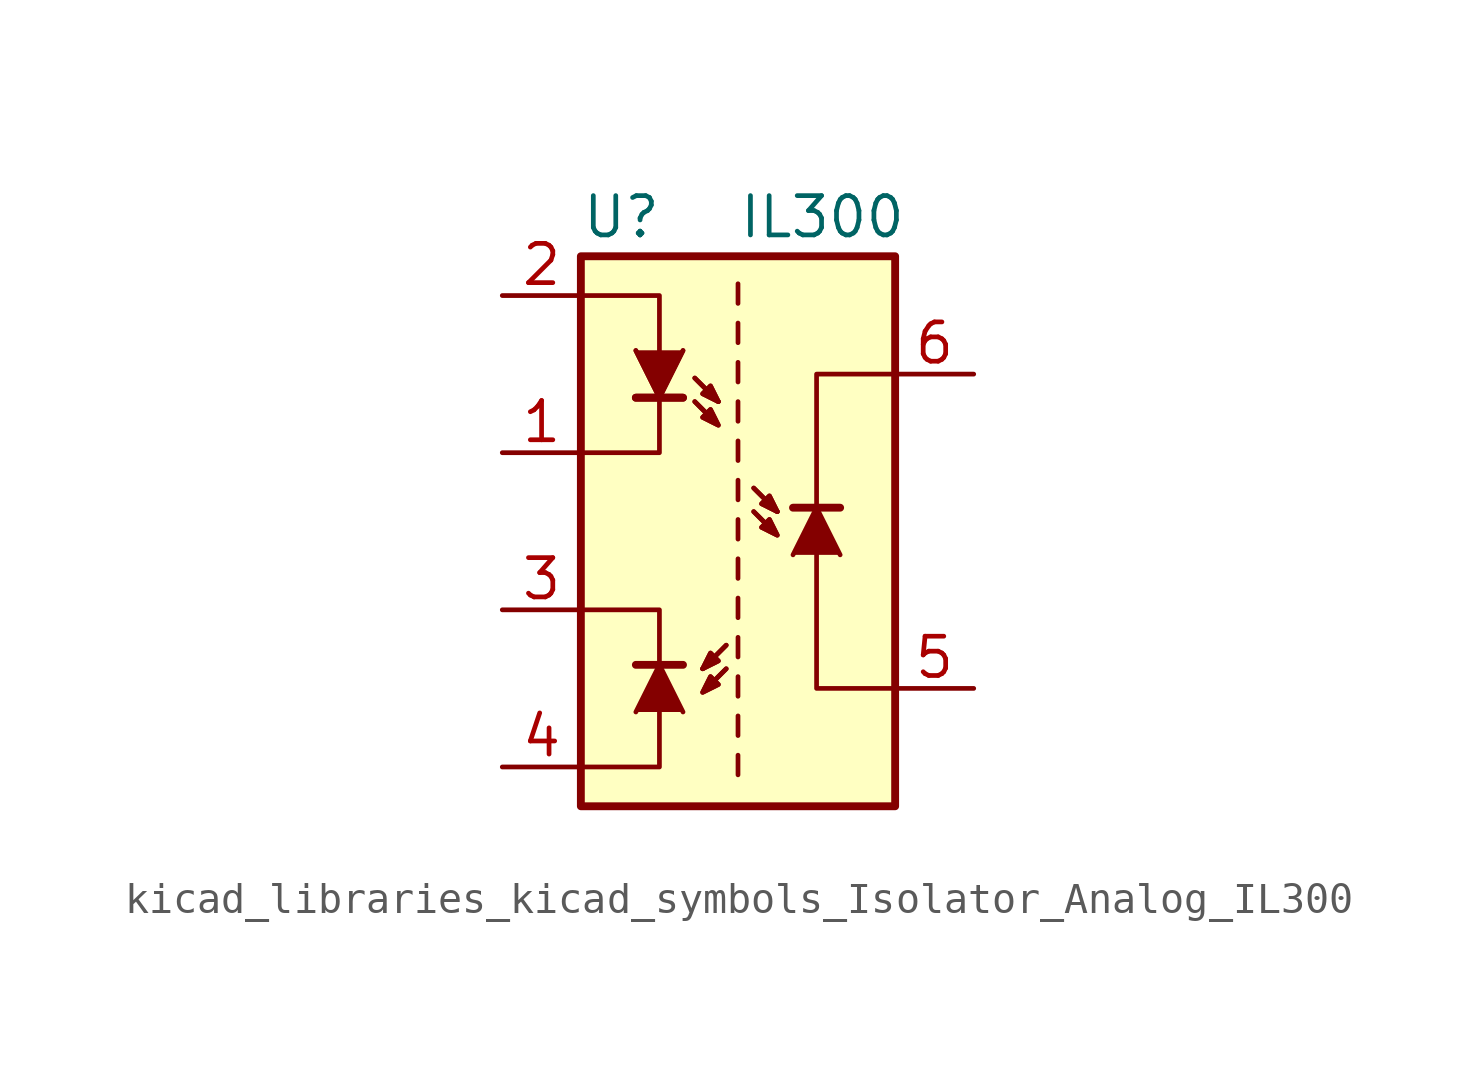
<source format=kicad_sym>
(kicad_symbol_lib
  (version 20220914)
  (generator kicad_symbol_editor)
  (symbol "kicad_libraries_kicad_symbols_Isolator_Analog_IL300"
    (pin_names
      (offset 1.016))
    (property "Reference" "U"
      (at -5.08 10.16 0)
      (effects (font (size 1.27 1.27)) (justify left)))
    (property "Value" "IL300"
      (at 0 10.16 0)
      (effects (font (size 1.27 1.27)) (justify left)))
    (symbol "kicad_libraries_kicad_symbols_Isolator_Analog_IL300_0_1"
      (rectangle (start -5.08 8.89) (end 5.08 -8.89) (stroke (width 0.254) (type default)) (fill (type background)))
      (polyline (pts (xy -3.302 -4.318) (xy -1.778 -4.318)) (stroke (width 0.254) (type default)) (fill (type none)))
      (polyline (pts (xy -1.778 4.318) (xy -3.302 4.318)) (stroke (width 0.254) (type default)) (fill (type none)))
      (polyline (pts (xy -1.778 4.318) (xy -3.302 4.318)) (stroke (width 0.254) (type default)) (fill (type none)))
      (polyline (pts (xy 0 -7.239) (xy 0 -7.874)) (stroke (width 0) (type default)) (fill (type none)))
      (polyline (pts (xy 0 -5.969) (xy 0 -6.604)) (stroke (width 0) (type default)) (fill (type none)))
      (polyline (pts (xy 0 -4.699) (xy 0 -5.334)) (stroke (width 0) (type default)) (fill (type none)))
      (polyline (pts (xy 0 -3.429) (xy 0 -4.064)) (stroke (width 0) (type default)) (fill (type none)))
      (polyline (pts (xy 0 -2.159) (xy 0 -2.794)) (stroke (width 0) (type default)) (fill (type none)))
      (polyline (pts (xy 0 -0.889) (xy 0 -1.524)) (stroke (width 0) (type default)) (fill (type none)))
      (polyline (pts (xy 0 0.381) (xy 0 -0.254)) (stroke (width 0) (type default)) (fill (type none)))
      (polyline (pts (xy 0 1.651) (xy 0 1.016)) (stroke (width 0) (type default)) (fill (type none)))
      (polyline (pts (xy 0 2.921) (xy 0 2.286)) (stroke (width 0) (type default)) (fill (type none)))
      (polyline (pts (xy 0 4.191) (xy 0 3.556)) (stroke (width 0) (type default)) (fill (type none)))
      (polyline (pts (xy 0 5.461) (xy 0 4.826)) (stroke (width 0) (type default)) (fill (type none)))
      (polyline (pts (xy 0 6.731) (xy 0 6.096)) (stroke (width 0) (type default)) (fill (type none)))
      (polyline (pts (xy 0 8.001) (xy 0 7.366)) (stroke (width 0) (type default)) (fill (type none)))
      (polyline (pts (xy 1.778 0.762) (xy 3.302 0.762)) (stroke (width 0.254) (type default)) (fill (type none)))
      (polyline (pts (xy -3.302 -5.842) (xy -2.54 -4.318) (xy -1.778 -5.842)) (stroke (width 0) (type default)) (fill (type outline)))
      (polyline (pts (xy -1.778 5.842) (xy -2.54 4.318) (xy -3.302 5.842)) (stroke (width 0) (type default)) (fill (type outline)))
      (polyline (pts (xy -1.778 5.842) (xy -2.54 4.318) (xy -3.302 5.842)) (stroke (width 0) (type default)) (fill (type outline)))
      (polyline (pts (xy -1.397 4.953) (xy -0.635 4.191) (xy -0.635 4.191)) (stroke (width 0) (type default)) (fill (type none)))
      (polyline (pts (xy -1.397 4.953) (xy -0.635 4.191) (xy -0.635 4.191)) (stroke (width 0) (type default)) (fill (type none)))
      (polyline (pts (xy -0.381 -3.683) (xy -1.143 -4.445) (xy -1.143 -4.445)) (stroke (width 0) (type default)) (fill (type none)))
      (polyline (pts (xy -0.381 -3.683) (xy -1.143 -4.445) (xy -1.143 -4.445)) (stroke (width 0) (type default)) (fill (type none)))
      (polyline (pts (xy 0.508 1.397) (xy 1.27 0.635) (xy 1.27 0.635)) (stroke (width 0) (type default)) (fill (type none)))
      (polyline (pts (xy 0.508 1.397) (xy 1.27 0.635) (xy 1.27 0.635)) (stroke (width 0) (type default)) (fill (type none)))
      (polyline (pts (xy 1.778 -0.762) (xy 2.54 0.762) (xy 3.302 -0.762)) (stroke (width 0) (type default)) (fill (type outline)))
      (polyline (pts (xy -5.08 -2.54) (xy -2.54 -2.54) (xy -2.54 -7.62) (xy -5.08 -7.62)) (stroke (width 0) (type default)) (fill (type none)))
      (polyline (pts (xy -5.08 7.62) (xy -2.54 7.62) (xy -2.54 2.54) (xy -5.08 2.54)) (stroke (width 0) (type default)) (fill (type none)))
      (polyline (pts (xy 5.08 5.08) (xy 2.54 5.08) (xy 2.54 -5.08) (xy 5.08 -5.08)) (stroke (width 0) (type default)) (fill (type none)))
      (polyline (pts (xy -1.143 -4.445) (xy -0.889 -3.937) (xy -0.635 -4.191) (xy -1.143 -4.445) (xy -1.143 -4.445)) (stroke (width 0) (type default)) (fill (type none)))
      (polyline (pts (xy -1.143 -4.445) (xy -0.889 -3.937) (xy -0.635 -4.191) (xy -1.143 -4.445) (xy -1.143 -4.445)) (stroke (width 0) (type default)) (fill (type none)))
      (polyline (pts (xy -0.635 4.191) (xy -0.889 4.699) (xy -1.143 4.445) (xy -0.635 4.191) (xy -0.635 4.191)) (stroke (width 0) (type default)) (fill (type none)))
      (polyline (pts (xy -0.635 4.191) (xy -0.889 4.699) (xy -1.143 4.445) (xy -0.635 4.191) (xy -0.635 4.191)) (stroke (width 0) (type default)) (fill (type none)))
      (polyline (pts (xy 1.27 0.635) (xy 1.016 1.143) (xy 0.762 0.889) (xy 1.27 0.635) (xy 1.27 0.635)) (stroke (width 0) (type default)) (fill (type none)))
      (polyline (pts (xy 1.27 0.635) (xy 1.016 1.143) (xy 0.762 0.889) (xy 1.27 0.635) (xy 1.27 0.635)) (stroke (width 0) (type default)) (fill (type none)))
      (polyline (pts (xy -1.397 4.191) (xy -0.635 3.429) (xy -0.889 3.937) (xy -1.143 3.683) (xy -0.635 3.429) (xy -0.635 3.429)) (stroke (width 0) (type default)) (fill (type none)))
      (polyline (pts (xy -1.397 4.191) (xy -0.635 3.429) (xy -0.889 3.937) (xy -1.143 3.683) (xy -0.635 3.429) (xy -0.635 3.429)) (stroke (width 0) (type default)) (fill (type none)))
      (polyline (pts (xy -0.381 -4.445) (xy -1.143 -5.207) (xy -0.889 -4.699) (xy -0.635 -4.953) (xy -1.143 -5.207) (xy -1.143 -5.207)) (stroke (width 0) (type default)) (fill (type none)))
      (polyline (pts (xy -0.381 -4.445) (xy -1.143 -5.207) (xy -0.889 -4.699) (xy -0.635 -4.953) (xy -1.143 -5.207) (xy -1.143 -5.207)) (stroke (width 0) (type default)) (fill (type none)))
      (polyline (pts (xy 0.508 0.635) (xy 1.27 -0.127) (xy 1.016 0.381) (xy 0.762 0.127) (xy 1.27 -0.127) (xy 1.27 -0.127)) (stroke (width 0) (type default)) (fill (type none)))
      (polyline (pts (xy 0.508 0.635) (xy 1.27 -0.127) (xy 1.016 0.381) (xy 0.762 0.127) (xy 1.27 -0.127) (xy 1.27 -0.127)) (stroke (width 0) (type default)) (fill (type none))))
    (symbol "kicad_libraries_kicad_symbols_Isolator_Analog_IL300_1_1"
      (pin passive line (at -7.62 2.54 0) (length 2.54) (name "~" (effects (font (size 1.27 1.27)))) (number "1" (effects (font (size 1.27 1.27)))))
      (pin passive line (at -7.62 7.62 0) (length 2.54) (name "~" (effects (font (size 1.27 1.27)))) (number "2" (effects (font (size 1.27 1.27)))))
      (pin passive line (at -7.62 -2.54 0) (length 2.54) (name "~" (effects (font (size 1.27 1.27)))) (number "3" (effects (font (size 1.27 1.27)))))
      (pin passive line (at -7.62 -7.62 0) (length 2.54) (name "~" (effects (font (size 1.27 1.27)))) (number "4" (effects (font (size 1.27 1.27)))))
      (pin passive line (at 7.62 -5.08 180) (length 2.54) (name "~" (effects (font (size 1.27 1.27)))) (number "5" (effects (font (size 1.27 1.27)))))
      (pin passive line (at 7.62 5.08 180) (length 2.54) (name "~" (effects (font (size 1.27 1.27)))) (number "6" (effects (font (size 1.27 1.27)))))
      (pin no_connect line (at 5.08 2.54 180) (length 2.54) hide (name "NC" (effects (font (size 1.27 1.27)))) (number "7" (effects (font (size 1.27 1.27)))))
      (pin no_connect line (at 5.08 0 180) (length 2.54) hide (name "NC" (effects (font (size 1.27 1.27)))) (number "8" (effects (font (size 1.27 1.27))))))))
</source>
